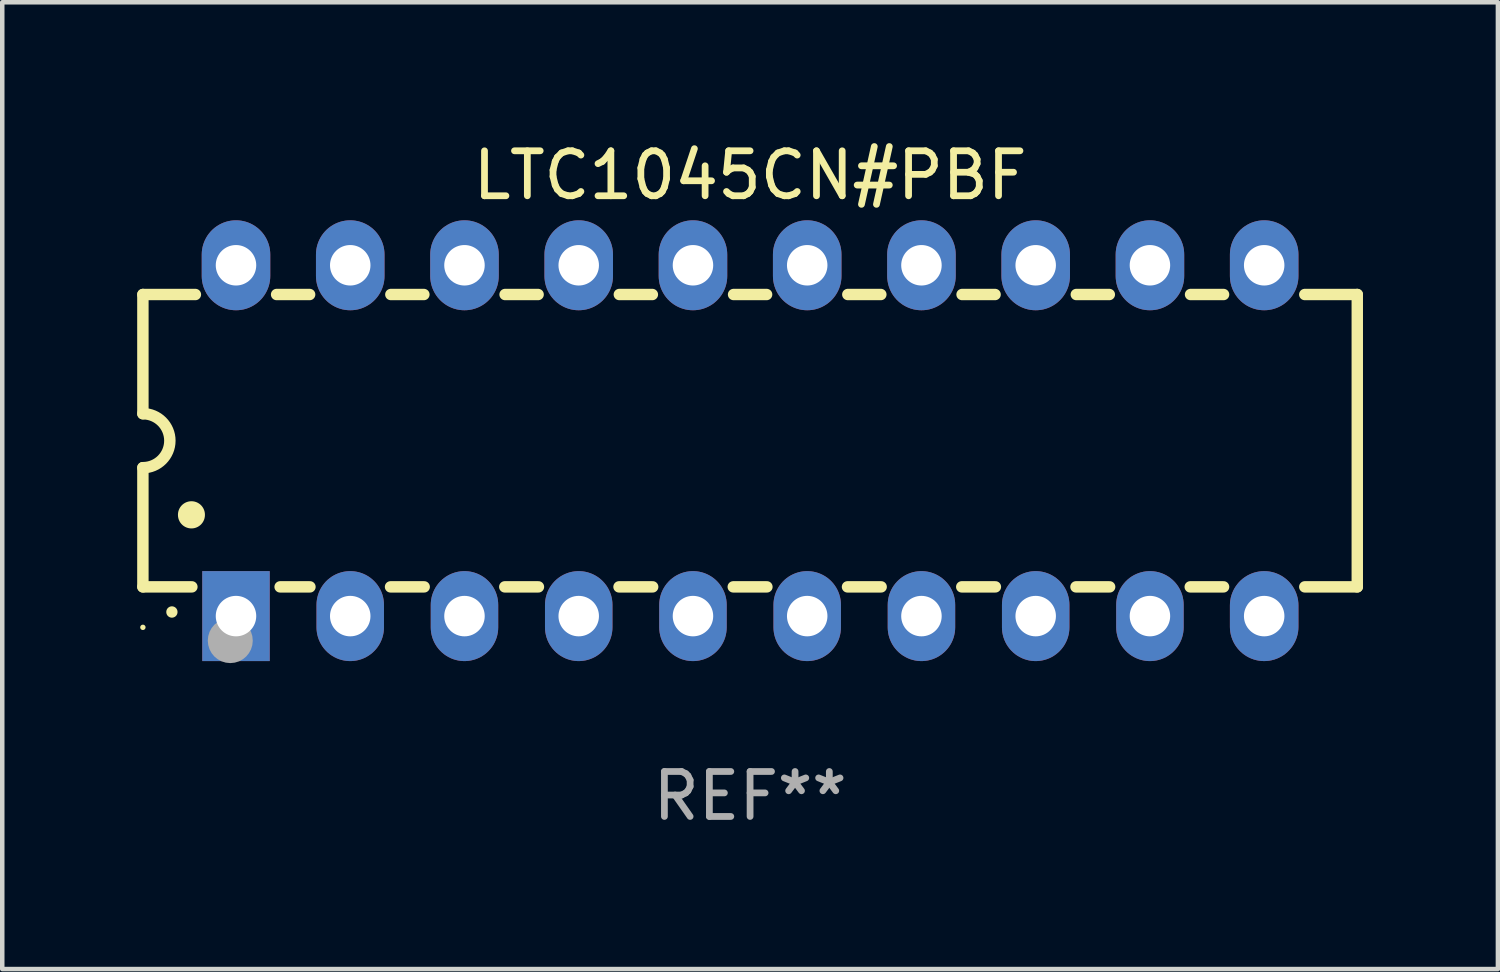
<source format=kicad_pcb>
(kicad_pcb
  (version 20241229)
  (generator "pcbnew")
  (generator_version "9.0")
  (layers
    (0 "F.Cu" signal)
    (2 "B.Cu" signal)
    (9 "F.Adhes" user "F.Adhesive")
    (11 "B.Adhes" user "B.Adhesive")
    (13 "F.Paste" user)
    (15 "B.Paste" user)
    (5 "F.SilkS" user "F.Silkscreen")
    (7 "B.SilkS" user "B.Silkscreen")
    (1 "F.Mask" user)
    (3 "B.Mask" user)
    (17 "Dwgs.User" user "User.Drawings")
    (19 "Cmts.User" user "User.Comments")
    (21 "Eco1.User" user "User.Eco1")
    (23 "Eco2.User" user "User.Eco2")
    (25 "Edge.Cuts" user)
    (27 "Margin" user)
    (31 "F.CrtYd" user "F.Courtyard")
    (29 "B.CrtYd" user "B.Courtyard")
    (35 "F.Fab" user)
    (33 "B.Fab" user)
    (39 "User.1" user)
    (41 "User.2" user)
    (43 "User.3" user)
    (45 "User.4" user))
  (footprint "LTC1045CN#PBF"
    (layer "F.Cu")
    (at 13.627 6.748)
    (property "Reference" "LTC1045CN#PBF" (at 0 -5.9 0) (layer "F.SilkS") (effects (font (size 1 1) (thickness 0.15))))
    (attr through_hole)
    (fp_line (start -13.5 -3.25) (end -12.333 -3.25) (stroke (width 0.254) (type solid)) (layer "F.SilkS"))
    (fp_line (start -13.5 -0.6) (end -13.5 -3.25) (stroke (width 0.254) (type solid)) (layer "F.SilkS"))
    (fp_line (start -13.5 3.25) (end -13.5 0.6) (stroke (width 0.254) (type solid)) (layer "F.SilkS"))
    (fp_line (start -13.5 3.25) (end -12.411 3.25) (stroke (width 0.254) (type solid)) (layer "F.SilkS"))
    (fp_line (start -10.527 -3.25) (end -9.793 -3.25) (stroke (width 0.254) (type solid)) (layer "F.SilkS"))
    (fp_line (start -10.449 3.25) (end -9.786 3.25) (stroke (width 0.254) (type solid)) (layer "F.SilkS"))
    (fp_line (start -7.994 3.25) (end -7.246 3.25) (stroke (width 0.254) (type solid)) (layer "F.SilkS"))
    (fp_line (start -7.987 -3.25) (end -7.253 -3.25) (stroke (width 0.254) (type solid)) (layer "F.SilkS"))
    (fp_line (start -5.454 3.25) (end -4.706 3.25) (stroke (width 0.254) (type solid)) (layer "F.SilkS"))
    (fp_line (start -5.447 -3.25) (end -4.713 -3.25) (stroke (width 0.254) (type solid)) (layer "F.SilkS"))
    (fp_line (start -2.914 3.25) (end -2.166 3.25) (stroke (width 0.254) (type solid)) (layer "F.SilkS"))
    (fp_line (start -2.907 -3.25) (end -2.173 -3.25) (stroke (width 0.254) (type solid)) (layer "F.SilkS"))
    (fp_line (start -0.374 3.25) (end 0.374 3.25) (stroke (width 0.254) (type solid)) (layer "F.SilkS"))
    (fp_line (start -0.367 -3.25) (end 0.367 -3.25) (stroke (width 0.254) (type solid)) (layer "F.SilkS"))
    (fp_line (start 2.166 3.25) (end 2.914 3.25) (stroke (width 0.254) (type solid)) (layer "F.SilkS"))
    (fp_line (start 2.173 -3.25) (end 2.907 -3.25) (stroke (width 0.254) (type solid)) (layer "F.SilkS"))
    (fp_line (start 4.706 3.25) (end 5.454 3.25) (stroke (width 0.254) (type solid)) (layer "F.SilkS"))
    (fp_line (start 4.713 -3.25) (end 5.447 -3.25) (stroke (width 0.254) (type solid)) (layer "F.SilkS"))
    (fp_line (start 7.246 3.25) (end 7.994 3.25) (stroke (width 0.254) (type solid)) (layer "F.SilkS"))
    (fp_line (start 7.253 -3.25) (end 7.987 -3.25) (stroke (width 0.254) (type solid)) (layer "F.SilkS"))
    (fp_line (start 9.786 3.25) (end 10.527 3.25) (stroke (width 0.254) (type solid)) (layer "F.SilkS"))
    (fp_line (start 9.793 -3.25) (end 10.527 -3.25) (stroke (width 0.254) (type solid)) (layer "F.SilkS"))
    (fp_line (start 12.333 -3.25) (end 13.5 -3.25) (stroke (width 0.254) (type solid)) (layer "F.SilkS"))
    (fp_line (start 12.333 3.25) (end 13.5 3.25) (stroke (width 0.254) (type solid)) (layer "F.SilkS"))
    (fp_line (start 13.5 -3.25) (end 13.5 3.25) (stroke (width 0.254) (type solid)) (layer "F.SilkS"))
    (fp_arc (start -13.500127 -0.599442) (mid -12.900406 0.000228) (end -13.500025 0.6) (stroke (width 0.254001) (type solid)) (layer "F.SilkS"))
    (fp_arc (start -12.854966 3.810008) (mid -12.854973 3.808738) (end -12.854966 3.807468) (stroke (width 0.25) (type solid)) (layer "F.SilkS"))
    (fp_arc (start -12.420625 1.651003) (mid -12.420636 1.648463) (end -12.420625 1.645923) (stroke (width 0.6) (type solid)) (layer "F.SilkS"))
    (fp_circle (center -13.5 4.15) (end -13.47 4.15) (stroke (width 0.06) (type solid)) (fill no) (layer "F.SilkS"))
    (fp_circle (center -11.557 4.445) (end -11.307 4.445) (stroke (width 0.5) (type solid)) (fill no) (layer "F.Fab"))
    (fp_text user "REF**" (at 0 7.9 0) (layer "F.Fab") (effects (font (size 1 1) (thickness 0.15))))
    (pad "1" thru_hole rect (at -11.43 3.9 90) (size 2 1.5) (drill 0.9) (layers "*.Cu" "*.Mask"))
    (pad "2" thru_hole oval (at -8.89 3.9 90) (size 2 1.5) (drill 0.9) (layers "*.Cu" "*.Mask"))
    (pad "3" thru_hole oval (at -6.35 3.9 90) (size 2 1.5) (drill 0.9) (layers "*.Cu" "*.Mask"))
    (pad "4" thru_hole oval (at -3.81 3.9 90) (size 2 1.5) (drill 0.9) (layers "*.Cu" "*.Mask"))
    (pad "5" thru_hole oval (at -1.27 3.9 90) (size 2 1.5) (drill 0.9) (layers "*.Cu" "*.Mask"))
    (pad "6" thru_hole oval (at 1.27 3.9 90) (size 2 1.5) (drill 0.9) (layers "*.Cu" "*.Mask"))
    (pad "7" thru_hole oval (at 3.81 3.9 90) (size 2 1.5) (drill 0.9) (layers "*.Cu" "*.Mask"))
    (pad "8" thru_hole oval (at 6.35 3.9 90) (size 2 1.5) (drill 0.9) (layers "*.Cu" "*.Mask"))
    (pad "9" thru_hole oval (at 8.89 3.9 90) (size 2 1.5) (drill 0.9) (layers "*.Cu" "*.Mask"))
    (pad "10" thru_hole oval (at 11.43 3.9 90) (size 2 1.524) (drill 0.9) (layers "*.Cu" "*.Mask"))
    (pad "11" thru_hole oval (at 11.43 -3.9 90) (size 2 1.524) (drill 0.9) (layers "*.Cu" "*.Mask"))
    (pad "12" thru_hole oval (at 8.89 -3.9 90) (size 2 1.524) (drill 0.9) (layers "*.Cu" "*.Mask"))
    (pad "13" thru_hole oval (at 6.35 -3.9 90) (size 2 1.524) (drill 0.9) (layers "*.Cu" "*.Mask"))
    (pad "14" thru_hole oval (at 3.81 -3.9 90) (size 2 1.524) (drill 0.9) (layers "*.Cu" "*.Mask"))
    (pad "15" thru_hole oval (at 1.27 -3.9 90) (size 2 1.524) (drill 0.9) (layers "*.Cu" "*.Mask"))
    (pad "16" thru_hole oval (at -1.27 -3.9 90) (size 2 1.524) (drill 0.9) (layers "*.Cu" "*.Mask"))
    (pad "17" thru_hole oval (at -3.81 -3.9 90) (size 2 1.524) (drill 0.9) (layers "*.Cu" "*.Mask"))
    (pad "18" thru_hole oval (at -6.35 -3.9 90) (size 2 1.524) (drill 0.9) (layers "*.Cu" "*.Mask"))
    (pad "19" thru_hole oval (at -8.89 -3.9 90) (size 2 1.524) (drill 0.9) (layers "*.Cu" "*.Mask"))
    (pad "20" thru_hole oval (at -11.43 -3.9 90) (size 2 1.524) (drill 0.9) (layers "*.Cu" "*.Mask")))
  (gr_rect
    (start -3 -3)
    (end 30.254 18.496)
    (stroke (width 0.1) (type default))
    (fill no)
    (layer "Edge.Cuts")))
</source>
